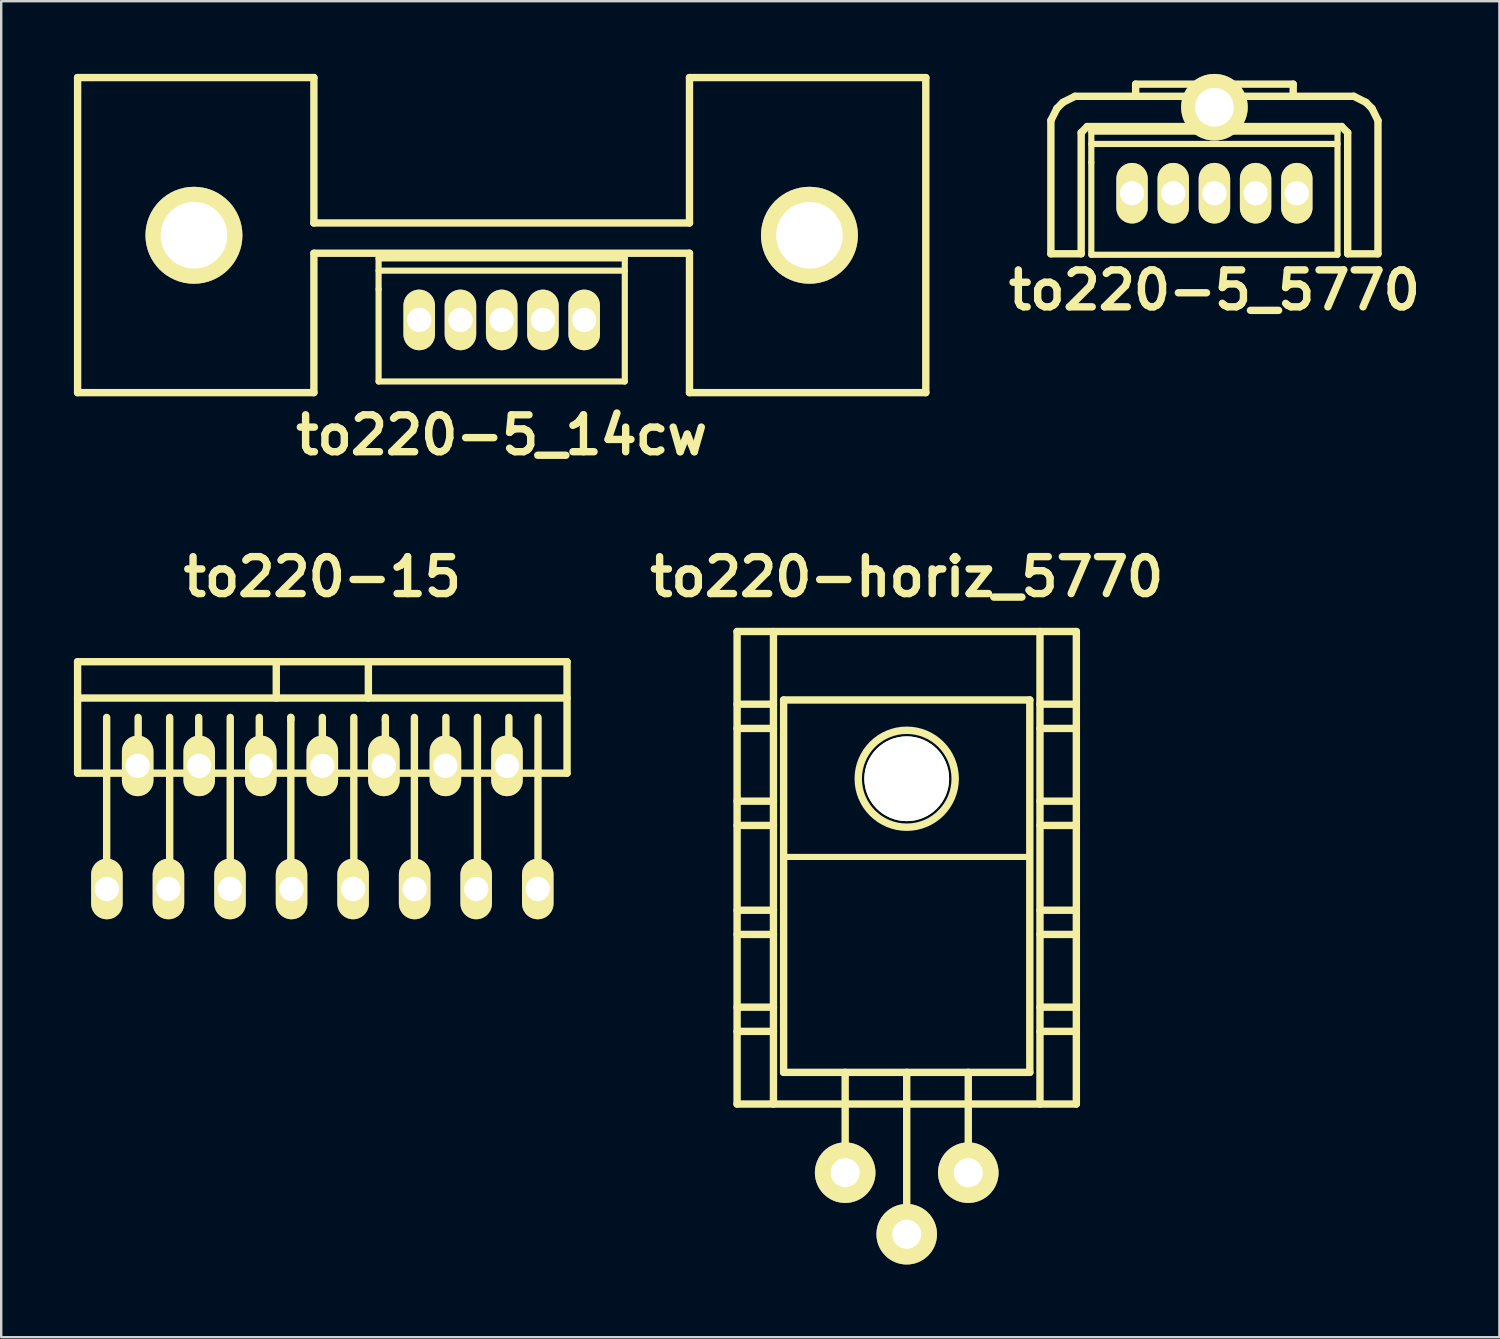
<source format=kicad_pcb>
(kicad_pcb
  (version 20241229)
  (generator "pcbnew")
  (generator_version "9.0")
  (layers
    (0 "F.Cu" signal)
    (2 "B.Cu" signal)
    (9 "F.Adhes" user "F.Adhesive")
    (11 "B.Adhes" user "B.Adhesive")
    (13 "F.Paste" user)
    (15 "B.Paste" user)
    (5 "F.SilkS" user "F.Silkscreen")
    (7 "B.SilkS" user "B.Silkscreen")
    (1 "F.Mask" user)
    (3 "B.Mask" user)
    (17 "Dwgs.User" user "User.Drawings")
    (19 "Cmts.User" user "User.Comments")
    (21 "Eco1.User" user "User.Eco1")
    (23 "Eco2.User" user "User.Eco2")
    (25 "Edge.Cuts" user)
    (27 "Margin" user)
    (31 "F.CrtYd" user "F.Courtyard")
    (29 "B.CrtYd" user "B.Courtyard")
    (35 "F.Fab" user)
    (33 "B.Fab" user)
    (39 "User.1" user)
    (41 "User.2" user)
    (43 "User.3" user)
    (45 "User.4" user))
  (footprint "to220-5_5770"
    (layer "F.Cu")
    (at 47.065 4.923)
    (property "Reference" "to220-5_5770" (at 0 4 0) (layer "F.SilkS") (effects (font (size 1.524 1.524) (thickness 0.305))))
    (attr through_hole)
    (fp_line (start -6.749 -3) (end -6.5 -3.5) (stroke (width 0.305) (type solid)) (layer "F.SilkS"))
    (fp_line (start -6.749 2.499) (end -6.749 -3) (stroke (width 0.305) (type solid)) (layer "F.SilkS"))
    (fp_line (start -6.5 -3.5) (end -6.251 -3.749) (stroke (width 0.305) (type solid)) (layer "F.SilkS"))
    (fp_line (start -6.251 -3.749) (end -5.751 -4) (stroke (width 0.305) (type solid)) (layer "F.SilkS"))
    (fp_line (start -5.499 -2.499) (end -5.25 -2.751) (stroke (width 0.305) (type solid)) (layer "F.SilkS"))
    (fp_line (start -5.499 2.499) (end -6.749 2.499) (stroke (width 0.305) (type solid)) (layer "F.SilkS"))
    (fp_line (start -5.499 2.499) (end -5.499 -2.499) (stroke (width 0.305) (type solid)) (layer "F.SilkS"))
    (fp_line (start -5.25 -2.751) (end 5.25 -2.751) (stroke (width 0.305) (type solid)) (layer "F.SilkS"))
    (fp_line (start -5.08 -2.54) (end -5.08 -1.27) (stroke (width 0.254) (type solid)) (layer "F.SilkS"))
    (fp_line (start -5.08 -2.032) (end 5.08 -2.032) (stroke (width 0.254) (type solid)) (layer "F.SilkS"))
    (fp_line (start -5.08 -1.27) (end -5.08 2.54) (stroke (width 0.254) (type solid)) (layer "F.SilkS"))
    (fp_line (start -5.08 2.54) (end 5.08 2.54) (stroke (width 0.254) (type solid)) (layer "F.SilkS"))
    (fp_line (start -3.251 -4.501) (end 3.251 -4.501) (stroke (width 0.305) (type solid)) (layer "F.SilkS"))
    (fp_line (start -3.251 -4) (end -3.251 -4.501) (stroke (width 0.305) (type solid)) (layer "F.SilkS"))
    (fp_line (start 3.251 -4.501) (end 3.251 -4) (stroke (width 0.305) (type solid)) (layer "F.SilkS"))
    (fp_line (start 5.08 -2.54) (end -5.08 -2.54) (stroke (width 0.254) (type solid)) (layer "F.SilkS"))
    (fp_line (start 5.08 2.54) (end 5.08 -2.54) (stroke (width 0.254) (type solid)) (layer "F.SilkS"))
    (fp_line (start 5.25 -2.751) (end 5.499 -2.499) (stroke (width 0.305) (type solid)) (layer "F.SilkS"))
    (fp_line (start 5.499 2.499) (end 5.499 -2.499) (stroke (width 0.305) (type solid)) (layer "F.SilkS"))
    (fp_line (start 5.751 -4) (end -5.751 -4) (stroke (width 0.305) (type solid)) (layer "F.SilkS"))
    (fp_line (start 5.751 -4) (end 6.251 -3.749) (stroke (width 0.305) (type solid)) (layer "F.SilkS"))
    (fp_line (start 6.251 -3.749) (end 6.5 -3.5) (stroke (width 0.305) (type solid)) (layer "F.SilkS"))
    (fp_line (start 6.5 -3.5) (end 6.749 -3) (stroke (width 0.305) (type solid)) (layer "F.SilkS"))
    (fp_line (start 6.749 2.499) (end 6.749 -3) (stroke (width 0.305) (type solid)) (layer "F.SilkS"))
    (fp_line (start 6.749 2.502) (end 5.499 2.502) (stroke (width 0.305) (type solid)) (layer "F.SilkS"))
    (pad "" thru_hole circle (at 0 -3.548) (size 2.748 2.748) (drill 1.598) (layers "*.Cu" "*.Mask" "F.SilkS"))
    (pad "1" thru_hole oval (at 3.399 0) (size 1.295 2.499) (drill 0.996) (layers "*.Cu" "*.Mask" "F.SilkS"))
    (pad "2" thru_hole oval (at 1.699 0) (size 1.295 2.499) (drill 0.996) (layers "*.Cu" "*.Mask" "F.SilkS"))
    (pad "3" thru_hole oval (at 0 0) (size 1.298 2.499) (drill 0.998) (layers "*.Cu" "*.Mask" "F.SilkS"))
    (pad "4" thru_hole oval (at -1.699 0) (size 1.295 2.499) (drill 0.996) (layers "*.Cu" "*.Mask" "F.SilkS"))
    (pad "5" thru_hole oval (at -3.399 0) (size 1.295 2.499) (drill 0.996) (layers "*.Cu" "*.Mask" "F.SilkS")))
  (footprint "to220-5_14cw"
    (layer "F.Cu")
    (at 17.653 10.152)
    (property "Reference" "to220-5_14cw" (at 0 4.75 0) (layer "F.SilkS") (effects (font (size 1.524 1.524) (thickness 0.305))))
    (attr through_hole)
    (fp_line (start -17.501 -10) (end -17.501 3) (stroke (width 0.305) (type solid)) (layer "F.SilkS"))
    (fp_line (start -17.501 3) (end -7.75 3) (stroke (width 0.305) (type solid)) (layer "F.SilkS"))
    (fp_line (start -7.75 -10) (end -17.501 -10) (stroke (width 0.305) (type solid)) (layer "F.SilkS"))
    (fp_line (start -7.75 -4) (end -7.75 -10) (stroke (width 0.305) (type solid)) (layer "F.SilkS"))
    (fp_line (start -7.75 -2.751) (end 7.75 -2.751) (stroke (width 0.305) (type solid)) (layer "F.SilkS"))
    (fp_line (start -7.75 3) (end -7.75 -2.751) (stroke (width 0.305) (type solid)) (layer "F.SilkS"))
    (fp_line (start -5.08 -2.54) (end -5.08 -1.27) (stroke (width 0.254) (type solid)) (layer "F.SilkS"))
    (fp_line (start -5.08 -2.032) (end 5.08 -2.032) (stroke (width 0.254) (type solid)) (layer "F.SilkS"))
    (fp_line (start -5.08 -1.27) (end -5.08 2.54) (stroke (width 0.254) (type solid)) (layer "F.SilkS"))
    (fp_line (start -5.08 2.54) (end 5.08 2.54) (stroke (width 0.254) (type solid)) (layer "F.SilkS"))
    (fp_line (start 5.08 -2.54) (end -5.08 -2.54) (stroke (width 0.254) (type solid)) (layer "F.SilkS"))
    (fp_line (start 5.08 2.54) (end 5.08 -2.54) (stroke (width 0.254) (type solid)) (layer "F.SilkS"))
    (fp_line (start 7.75 -10) (end 7.75 -4) (stroke (width 0.305) (type solid)) (layer "F.SilkS"))
    (fp_line (start 7.75 -4) (end -7.75 -4) (stroke (width 0.305) (type solid)) (layer "F.SilkS"))
    (fp_line (start 7.75 -2.751) (end 7.75 3) (stroke (width 0.305) (type solid)) (layer "F.SilkS"))
    (fp_line (start 7.75 3) (end 17.501 3) (stroke (width 0.305) (type solid)) (layer "F.SilkS"))
    (fp_line (start 17.501 -10) (end 7.75 -10) (stroke (width 0.305) (type solid)) (layer "F.SilkS"))
    (fp_line (start 17.501 3) (end 17.501 -10) (stroke (width 0.305) (type solid)) (layer "F.SilkS"))
    (pad "" thru_hole circle (at -12.7 -3.493) (size 4 4) (drill 2.748) (layers "*.Cu" "*.Mask" "F.SilkS"))
    (pad "" thru_hole circle (at 12.7 -3.493) (size 4 4) (drill 2.748) (layers "*.Cu" "*.Mask" "F.SilkS"))
    (pad "1" thru_hole oval (at 3.404 0) (size 1.3 2.499) (drill 1.001) (layers "*.Cu" "*.Mask" "F.SilkS"))
    (pad "2" thru_hole oval (at 1.702 0) (size 1.3 2.499) (drill 1.001) (layers "*.Cu" "*.Mask" "F.SilkS"))
    (pad "3" thru_hole oval (at 0 0) (size 1.3 2.499) (drill 1.001) (layers "*.Cu" "*.Mask" "F.SilkS"))
    (pad "4" thru_hole oval (at -1.702 0) (size 1.3 2.499) (drill 1.001) (layers "*.Cu" "*.Mask" "F.SilkS"))
    (pad "5" thru_hole oval (at -3.404 0) (size 1.3 2.499) (drill 1.001) (layers "*.Cu" "*.Mask" "F.SilkS")))
  (footprint "to220-horiz_5770"
    (layer "F.Cu")
    (at 34.367 37.011)
    (property "Reference" "to220-horiz_5770" (at 0 -16.256 0) (layer "F.SilkS") (effects (font (size 1.524 1.524) (thickness 0.305))))
    (attr through_hole)
    (fp_line (start -7 -14) (end -7 5.499) (stroke (width 0.305) (type solid)) (layer "F.SilkS"))
    (fp_line (start -7 -11.001) (end -5.499 -11.001) (stroke (width 0.305) (type solid)) (layer "F.SilkS"))
    (fp_line (start -7 -10) (end -5.499 -10) (stroke (width 0.305) (type solid)) (layer "F.SilkS"))
    (fp_line (start -7 -7) (end -5.499 -7) (stroke (width 0.305) (type solid)) (layer "F.SilkS"))
    (fp_line (start -7 -5.999) (end -5.499 -5.999) (stroke (width 0.305) (type solid)) (layer "F.SilkS"))
    (fp_line (start -7 -2.499) (end -5.499 -2.499) (stroke (width 0.305) (type solid)) (layer "F.SilkS"))
    (fp_line (start -7 -1.501) (end -5.499 -1.501) (stroke (width 0.305) (type solid)) (layer "F.SilkS"))
    (fp_line (start -7 1.501) (end -5.499 1.501) (stroke (width 0.305) (type solid)) (layer "F.SilkS"))
    (fp_line (start -7 2.499) (end -5.499 2.499) (stroke (width 0.305) (type solid)) (layer "F.SilkS"))
    (fp_line (start -7 5.499) (end 7 5.499) (stroke (width 0.305) (type solid)) (layer "F.SilkS"))
    (fp_line (start -5.499 5.499) (end -5.499 -14) (stroke (width 0.305) (type solid)) (layer "F.SilkS"))
    (fp_line (start -5.08 -11.176) (end -5.08 4.191) (stroke (width 0.305) (type solid)) (layer "F.SilkS"))
    (fp_line (start -5.08 4.191) (end 5.08 4.191) (stroke (width 0.305) (type solid)) (layer "F.SilkS"))
    (fp_line (start -2.54 8.382) (end -2.54 4.191) (stroke (width 0.305) (type solid)) (layer "F.SilkS"))
    (fp_line (start 0 4.191) (end 0 10.922) (stroke (width 0.305) (type solid)) (layer "F.SilkS"))
    (fp_line (start 2.54 8.382) (end 2.54 4.191) (stroke (width 0.305) (type solid)) (layer "F.SilkS"))
    (fp_line (start 5.08 -11.176) (end -5.08 -11.176) (stroke (width 0.305) (type solid)) (layer "F.SilkS"))
    (fp_line (start 5.08 -4.699) (end -5.08 -4.699) (stroke (width 0.254) (type solid)) (layer "F.SilkS"))
    (fp_line (start 5.08 4.191) (end 5.08 -11.176) (stroke (width 0.305) (type solid)) (layer "F.SilkS"))
    (fp_line (start 5.499 -14) (end 5.499 5.499) (stroke (width 0.305) (type solid)) (layer "F.SilkS"))
    (fp_line (start 5.499 -11.001) (end 7 -11.001) (stroke (width 0.305) (type solid)) (layer "F.SilkS"))
    (fp_line (start 5.499 -10) (end 7 -10) (stroke (width 0.305) (type solid)) (layer "F.SilkS"))
    (fp_line (start 5.499 -7) (end 7 -7) (stroke (width 0.305) (type solid)) (layer "F.SilkS"))
    (fp_line (start 5.499 -5.999) (end 7 -5.999) (stroke (width 0.305) (type solid)) (layer "F.SilkS"))
    (fp_line (start 5.499 -2.499) (end 7 -2.499) (stroke (width 0.305) (type solid)) (layer "F.SilkS"))
    (fp_line (start 5.499 -1.501) (end 7 -1.501) (stroke (width 0.305) (type solid)) (layer "F.SilkS"))
    (fp_line (start 5.499 1.501) (end 7 1.501) (stroke (width 0.305) (type solid)) (layer "F.SilkS"))
    (fp_line (start 5.499 2.499) (end 7 2.499) (stroke (width 0.305) (type solid)) (layer "F.SilkS"))
    (fp_line (start 7 -14) (end -7 -14) (stroke (width 0.305) (type solid)) (layer "F.SilkS"))
    (fp_line (start 7 5.499) (end 7 -14) (stroke (width 0.305) (type solid)) (layer "F.SilkS"))
    (fp_circle (center 0 -7.925) (end -1.999 -8.001) (stroke (width 0.305) (type solid)) (fill no) (layer "F.SilkS"))
    (pad "" np_thru_hole circle (at 0 -7.925) (size 3.498 3.498) (drill 3.498) (layers "*.Cu" "*.Mask" "F.SilkS"))
    (pad "1" thru_hole circle (at 2.54 8.331) (size 2.499 2.499) (drill 1.199) (layers "*.Cu" "*.Mask" "F.SilkS"))
    (pad "2" thru_hole circle (at 0 10.871) (size 2.499 2.499) (drill 1.199) (layers "*.Cu" "*.Mask" "F.SilkS"))
    (pad "3" thru_hole circle (at -2.54 8.331) (size 2.499 2.499) (drill 1.199) (layers "*.Cu" "*.Mask" "F.SilkS")))
  (footprint "to220-15"
    (layer "F.Cu")
    (at 10.251 28.555)
    (property "Reference" "to220-15" (at 0 -7.8 0) (layer "F.SilkS") (effects (font (size 1.524 1.524) (thickness 0.305))))
    (attr through_hole)
    (fp_line (start -10.099 -4.3) (end -10.099 0.3) (stroke (width 0.305) (type solid)) (layer "F.SilkS"))
    (fp_line (start -10.099 0.3) (end 10.099 0.3) (stroke (width 0.305) (type solid)) (layer "F.SilkS"))
    (fp_line (start -8.9 5.1) (end -8.9 -1.999) (stroke (width 0.305) (type solid)) (layer "F.SilkS"))
    (fp_line (start -7.6 0) (end -7.6 -1.999) (stroke (width 0.305) (type solid)) (layer "F.SilkS"))
    (fp_line (start -6.299 5.1) (end -6.299 -1.999) (stroke (width 0.305) (type solid)) (layer "F.SilkS"))
    (fp_line (start -5.1 0) (end -5.1 -1.999) (stroke (width 0.305) (type solid)) (layer "F.SilkS"))
    (fp_line (start -3.8 5.1) (end -3.8 -1.999) (stroke (width 0.305) (type solid)) (layer "F.SilkS"))
    (fp_line (start -2.601 0) (end -2.601 -1.999) (stroke (width 0.305) (type solid)) (layer "F.SilkS"))
    (fp_line (start -1.9 -2.799) (end -1.9 -4.3) (stroke (width 0.305) (type solid)) (layer "F.SilkS"))
    (fp_line (start -1.3 -1.999) (end -1.3 -1.9) (stroke (width 0.305) (type solid)) (layer "F.SilkS"))
    (fp_line (start -1.3 5.1) (end -1.3 -1.999) (stroke (width 0.305) (type solid)) (layer "F.SilkS"))
    (fp_line (start 0 0) (end 0 -1.999) (stroke (width 0.305) (type solid)) (layer "F.SilkS"))
    (fp_line (start 1.3 5.1) (end 1.3 -1.999) (stroke (width 0.305) (type solid)) (layer "F.SilkS"))
    (fp_line (start 1.9 -4.3) (end 1.9 -2.799) (stroke (width 0.305) (type solid)) (layer "F.SilkS"))
    (fp_line (start 2.601 -1.9) (end 2.601 -1.999) (stroke (width 0.305) (type solid)) (layer "F.SilkS"))
    (fp_line (start 2.601 0) (end 2.601 -1.9) (stroke (width 0.305) (type solid)) (layer "F.SilkS"))
    (fp_line (start 3.8 5.1) (end 3.8 -1.999) (stroke (width 0.305) (type solid)) (layer "F.SilkS"))
    (fp_line (start 5.1 0) (end 5.1 -1.999) (stroke (width 0.305) (type solid)) (layer "F.SilkS"))
    (fp_line (start 6.401 5.1) (end 6.401 -1.999) (stroke (width 0.305) (type solid)) (layer "F.SilkS"))
    (fp_line (start 7.699 0) (end 7.699 -1.999) (stroke (width 0.305) (type solid)) (layer "F.SilkS"))
    (fp_line (start 8.9 5.1) (end 8.9 -1.999) (stroke (width 0.305) (type solid)) (layer "F.SilkS"))
    (fp_line (start 10.099 -4.3) (end -10.099 -4.3) (stroke (width 0.305) (type solid)) (layer "F.SilkS"))
    (fp_line (start 10.099 -2.799) (end -10.099 -2.799) (stroke (width 0.305) (type solid)) (layer "F.SilkS"))
    (fp_line (start 10.099 0.3) (end 10.099 -4.3) (stroke (width 0.305) (type solid)) (layer "F.SilkS"))
    (pad "1" thru_hole oval (at -8.89 5.08) (size 1.3 2.499) (drill 1.001) (layers "*.Cu" "*.Mask" "F.SilkS"))
    (pad "2" thru_hole oval (at -7.62 0) (size 1.3 2.499) (drill 1.001) (layers "*.Cu" "*.Mask" "F.SilkS"))
    (pad "3" thru_hole oval (at -6.35 5.08) (size 1.3 2.499) (drill 1.001) (layers "*.Cu" "*.Mask" "F.SilkS"))
    (pad "4" thru_hole oval (at -5.08 0) (size 1.3 2.499) (drill 1.001) (layers "*.Cu" "*.Mask" "F.SilkS"))
    (pad "5" thru_hole oval (at -3.81 5.08) (size 1.3 2.499) (drill 1.001) (layers "*.Cu" "*.Mask" "F.SilkS"))
    (pad "6" thru_hole oval (at -2.54 0) (size 1.3 2.499) (drill 1.001) (layers "*.Cu" "*.Mask" "F.SilkS"))
    (pad "7" thru_hole oval (at -1.27 5.08) (size 1.3 2.499) (drill 1.001) (layers "*.Cu" "*.Mask" "F.SilkS"))
    (pad "8" thru_hole oval (at 0 0) (size 1.3 2.499) (drill 1.001) (layers "*.Cu" "*.Mask" "F.SilkS"))
    (pad "9" thru_hole oval (at 1.27 5.08) (size 1.3 2.499) (drill 1.001) (layers "*.Cu" "*.Mask" "F.SilkS"))
    (pad "10" thru_hole oval (at 2.54 0) (size 1.3 2.499) (drill 1.001) (layers "*.Cu" "*.Mask" "F.SilkS"))
    (pad "11" thru_hole oval (at 3.81 5.08) (size 1.3 2.499) (drill 1.001) (layers "*.Cu" "*.Mask" "F.SilkS"))
    (pad "12" thru_hole oval (at 5.08 0) (size 1.3 2.499) (drill 1.001) (layers "*.Cu" "*.Mask" "F.SilkS"))
    (pad "13" thru_hole oval (at 6.35 5.08) (size 1.3 2.499) (drill 1.001) (layers "*.Cu" "*.Mask" "F.SilkS"))
    (pad "14" thru_hole oval (at 7.62 0) (size 1.3 2.499) (drill 1.001) (layers "*.Cu" "*.Mask" "F.SilkS"))
    (pad "15" thru_hole oval (at 8.89 5.08) (size 1.3 2.499) (drill 1.001) (layers "*.Cu" "*.Mask" "F.SilkS")))
  (gr_rect
    (start -3 -3)
    (end 58.825 52.132)
    (stroke (width 0.1) (type default))
    (fill no)
    (layer "Edge.Cuts")))
</source>
